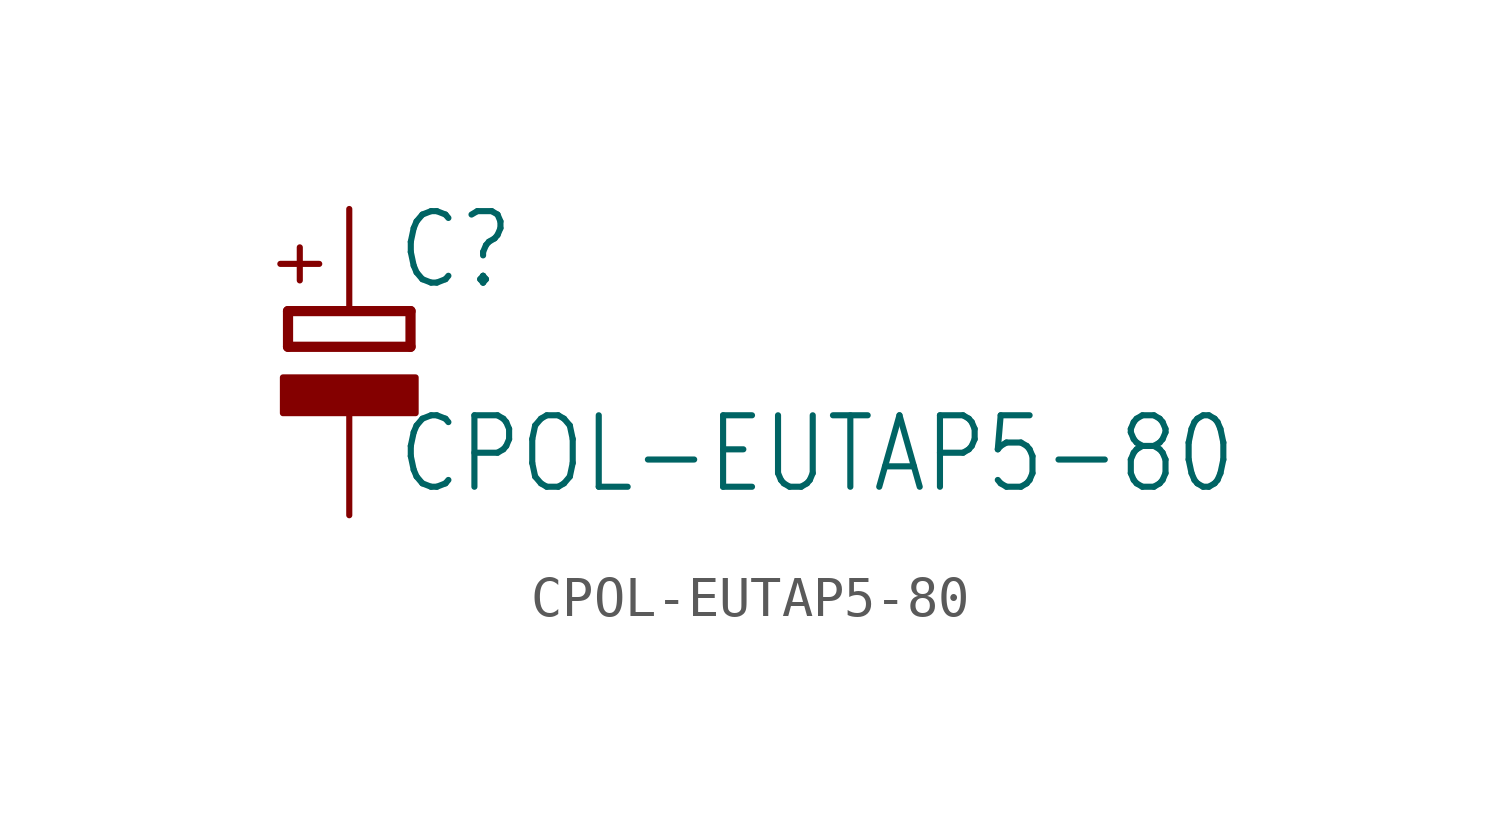
<source format=kicad_sym>
(kicad_symbol_lib
  (version 20211014)
  (generator kicad_symbol_editor)
  (symbol "CPOL-EUTAP5-80"
    (property "Reference" "C"
      (at 1.143 0.483 0)
      (effects (font (size 1.778 1.511)) (justify left bottom)))
    (property "Value" "CPOL-EUTAP5-80"
      (at 1.143 -4.597 0)
      (effects (font (size 1.778 1.511)) (justify left bottom)))
    (property "ki_locked" ""
      (at 0 0 0)
      (effects (font (size 1.27 1.27))))
    (symbol "CPOL-EUTAP5-80_1_0"
      (rectangle (start -1.651 -2.54) (end 1.651 -1.651) (stroke (width 0) (type default) (color 0 0 0 0)) (fill (type outline)))
      (polyline (pts (xy -1.524 -0.889) (xy 1.524 -0.889)) (stroke (width 0.254) (type default) (color 0 0 0 0)) (fill (type none)))
      (polyline (pts (xy -1.524 0) (xy -1.524 -0.889)) (stroke (width 0.254) (type default) (color 0 0 0 0)) (fill (type none)))
      (polyline (pts (xy -1.524 0) (xy 1.524 0)) (stroke (width 0.254) (type default) (color 0 0 0 0)) (fill (type none)))
      (polyline (pts (xy 1.524 -0.889) (xy 1.524 0)) (stroke (width 0.254) (type default) (color 0 0 0 0)) (fill (type none)))
      (text "+" (at -0.584 0.406 900) (effects (font (size 1.27 1.079)) (justify left bottom)))
      (pin passive line (at 0 2.54 270) (length 2.54) (name "+" (effects (font (size 0 0)))) (number "+" (effects (font (size 0 0)))))
      (pin passive line (at 0 -5.08 90) (length 2.54) (name "-" (effects (font (size 0 0)))) (number "-" (effects (font (size 0 0))))))))
</source>
